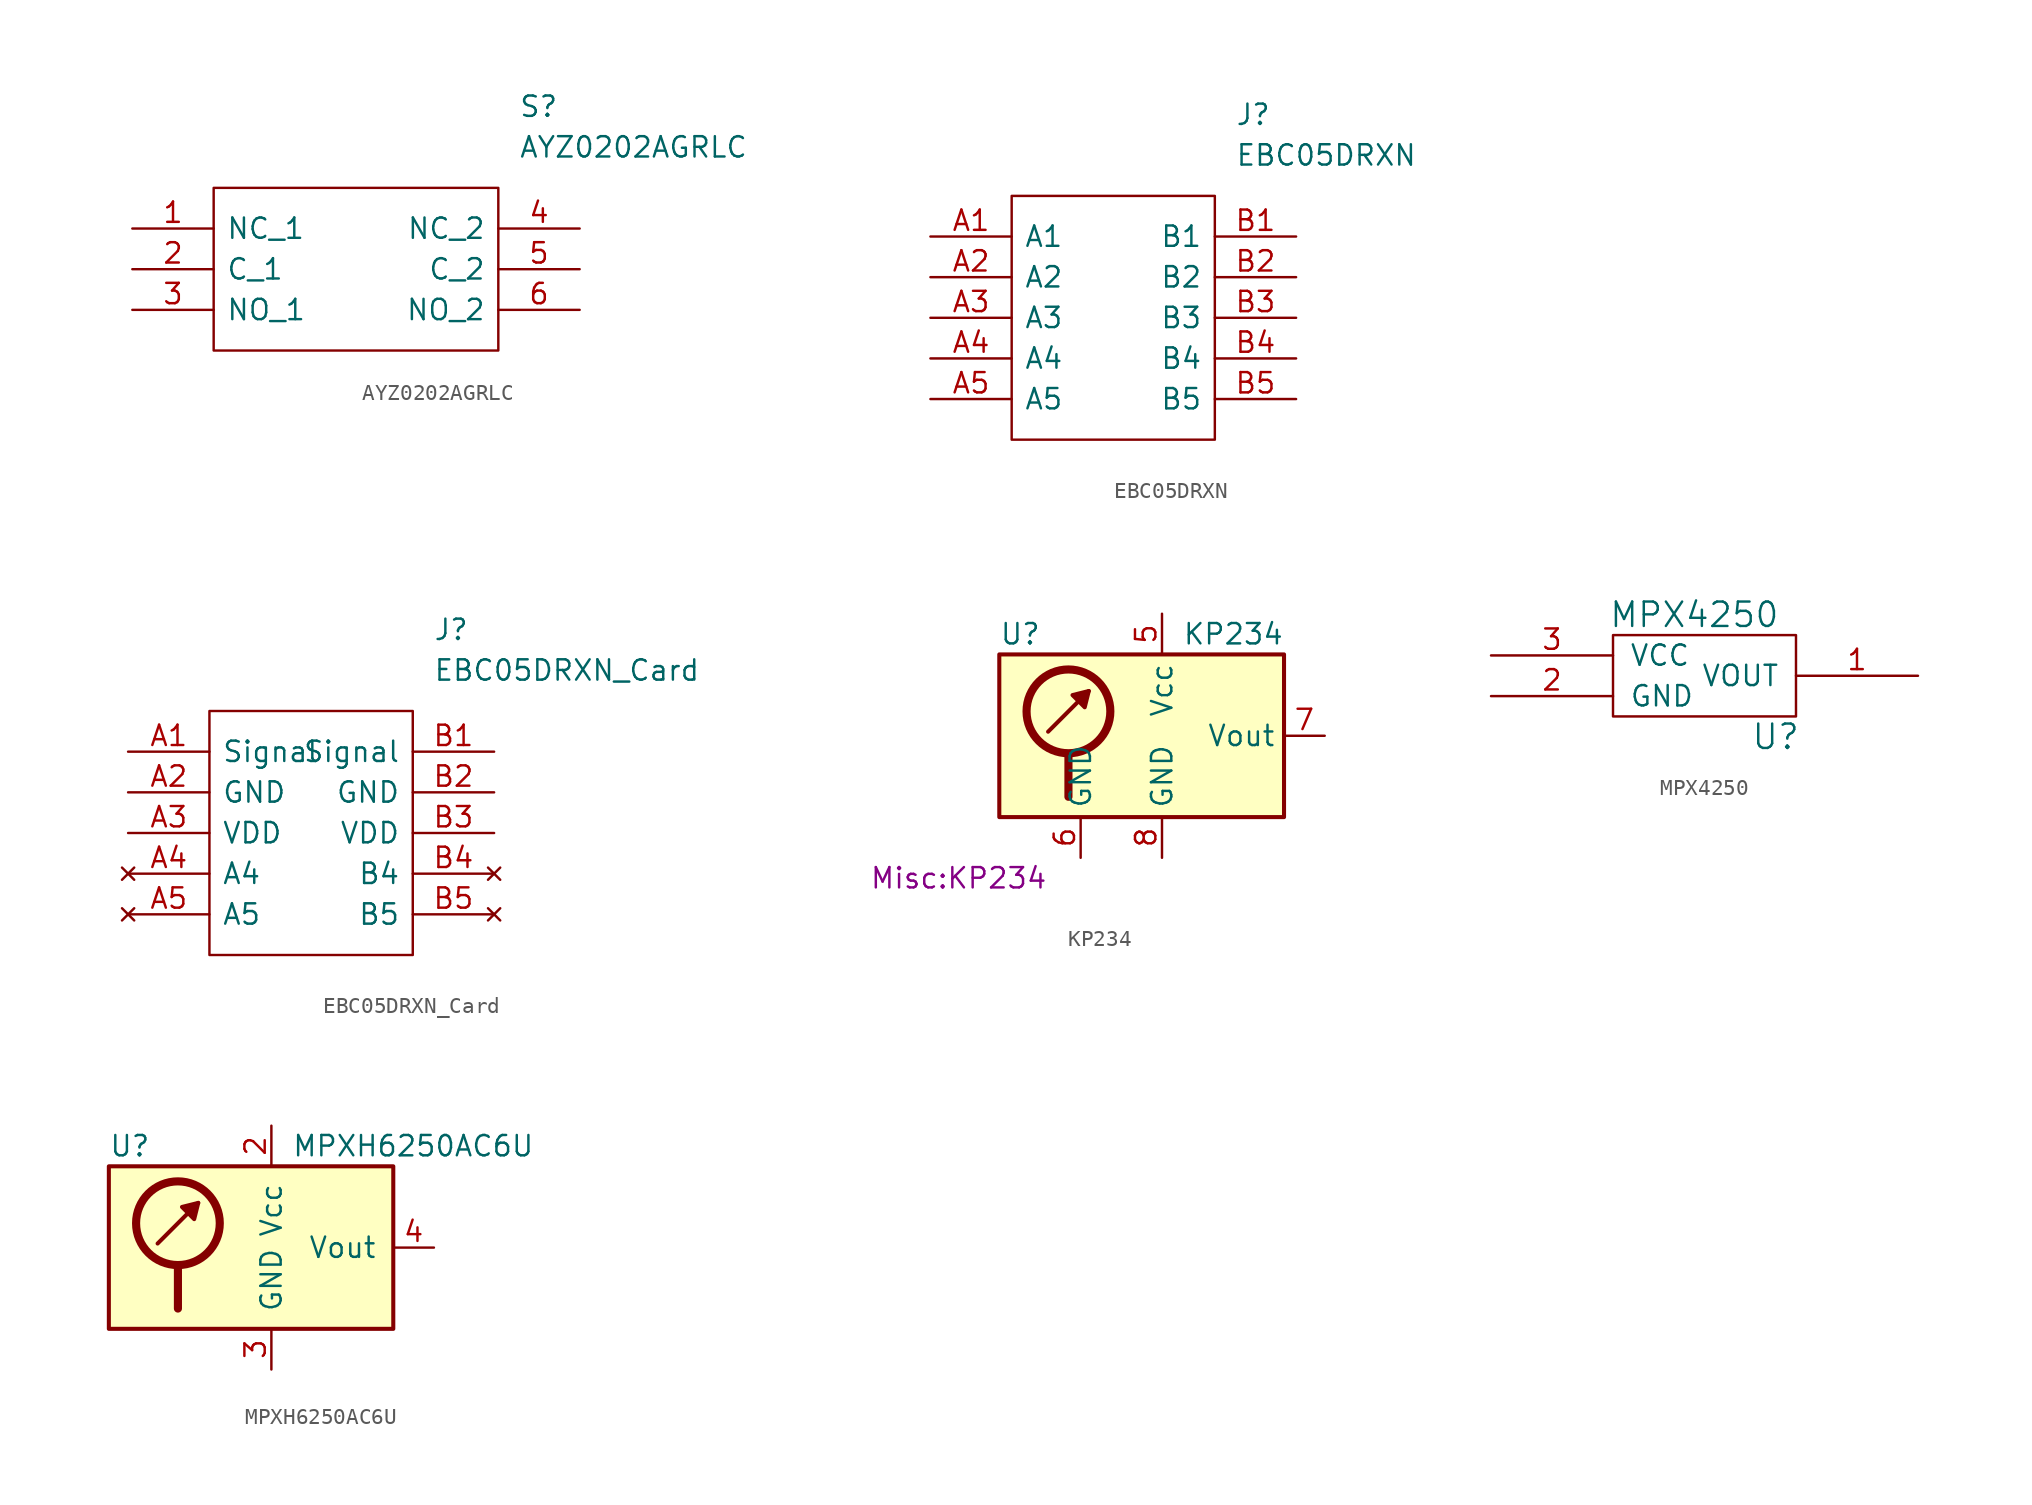
<source format=kicad_sym>
(kicad_symbol_lib
  (version 20220914)
  (generator kicad_symbol_editor)
  (symbol "AYZ0202AGRLC"
    (pin_names
      (offset 0.762))
    (property "Reference" "S"
      (at 24.13 7.62 0)
      (effects (font (size 1.27 1.27)) (justify left)))
    (property "Value" "AYZ0202AGRLC"
      (at 24.13 5.08 0)
      (effects (font (size 1.27 1.27)) (justify left)))
    (symbol "AYZ0202AGRLC_0_0"
      (pin bidirectional line (at 0 0 0) (length 5.08) (name "NC_1" (effects (font (size 1.27 1.27)))) (number "1" (effects (font (size 1.27 1.27)))))
      (pin bidirectional line (at 0 -2.54 0) (length 5.08) (name "C_1" (effects (font (size 1.27 1.27)))) (number "2" (effects (font (size 1.27 1.27)))))
      (pin bidirectional line (at 0 -5.08 0) (length 5.08) (name "NO_1" (effects (font (size 1.27 1.27)))) (number "3" (effects (font (size 1.27 1.27)))))
      (pin bidirectional line (at 27.94 0 180) (length 5.08) (name "NC_2" (effects (font (size 1.27 1.27)))) (number "4" (effects (font (size 1.27 1.27)))))
      (pin bidirectional line (at 27.94 -2.54 180) (length 5.08) (name "C_2" (effects (font (size 1.27 1.27)))) (number "5" (effects (font (size 1.27 1.27)))))
      (pin bidirectional line (at 27.94 -5.08 180) (length 5.08) (name "NO_2" (effects (font (size 1.27 1.27)))) (number "6" (effects (font (size 1.27 1.27))))))
    (symbol "AYZ0202AGRLC_0_1"
      (polyline (pts (xy 5.08 2.54) (xy 22.86 2.54) (xy 22.86 -7.62) (xy 5.08 -7.62) (xy 5.08 2.54)) (stroke (width 0.152) (type solid)) (fill (type none)))))
  (symbol "EBC05DRXN"
    (pin_names
      (offset 0.762))
    (property "Reference" "J"
      (at 19.05 7.62 0)
      (effects (font (size 1.27 1.27)) (justify left)))
    (property "Value" "EBC05DRXN"
      (at 19.05 5.08 0)
      (effects (font (size 1.27 1.27)) (justify left)))
    (symbol "EBC05DRXN_0_0"
      (pin passive line (at 0 0 0) (length 5.08) (name "A1" (effects (font (size 1.27 1.27)))) (number "A1" (effects (font (size 1.27 1.27)))))
      (pin passive line (at 0 -2.54 0) (length 5.08) (name "A2" (effects (font (size 1.27 1.27)))) (number "A2" (effects (font (size 1.27 1.27)))))
      (pin passive line (at 0 -5.08 0) (length 5.08) (name "A3" (effects (font (size 1.27 1.27)))) (number "A3" (effects (font (size 1.27 1.27)))))
      (pin passive line (at 0 -7.62 0) (length 5.08) (name "A4" (effects (font (size 1.27 1.27)))) (number "A4" (effects (font (size 1.27 1.27)))))
      (pin passive line (at 0 -10.16 0) (length 5.08) (name "A5" (effects (font (size 1.27 1.27)))) (number "A5" (effects (font (size 1.27 1.27)))))
      (pin passive line (at 22.86 0 180) (length 5.08) (name "B1" (effects (font (size 1.27 1.27)))) (number "B1" (effects (font (size 1.27 1.27)))))
      (pin passive line (at 22.86 -2.54 180) (length 5.08) (name "B2" (effects (font (size 1.27 1.27)))) (number "B2" (effects (font (size 1.27 1.27)))))
      (pin passive line (at 22.86 -5.08 180) (length 5.08) (name "B3" (effects (font (size 1.27 1.27)))) (number "B3" (effects (font (size 1.27 1.27)))))
      (pin passive line (at 22.86 -7.62 180) (length 5.08) (name "B4" (effects (font (size 1.27 1.27)))) (number "B4" (effects (font (size 1.27 1.27)))))
      (pin passive line (at 22.86 -10.16 180) (length 5.08) (name "B5" (effects (font (size 1.27 1.27)))) (number "B5" (effects (font (size 1.27 1.27))))))
    (symbol "EBC05DRXN_0_1"
      (polyline (pts (xy 5.08 2.54) (xy 17.78 2.54) (xy 17.78 -12.7) (xy 5.08 -12.7) (xy 5.08 2.54)) (stroke (width 0.152) (type solid)) (fill (type none)))))
  (symbol "EBC05DRXN_Card"
    (pin_names
      (offset 0.762))
    (property "Reference" "J"
      (at 19.05 7.62 0)
      (effects (font (size 1.27 1.27)) (justify left)))
    (property "Value" "EBC05DRXN_Card"
      (at 19.05 5.08 0)
      (effects (font (size 1.27 1.27)) (justify left)))
    (symbol "EBC05DRXN_Card_0_0"
      (pin output line (at 0 0 0) (length 5.08) (name "Signal" (effects (font (size 1.27 1.27)))) (number "A1" (effects (font (size 1.27 1.27)))))
      (pin power_in line (at 0 -2.54 0) (length 5.08) (name "GND" (effects (font (size 1.27 1.27)))) (number "A2" (effects (font (size 1.27 1.27)))))
      (pin power_in line (at 0 -5.08 0) (length 5.08) (name "VDD" (effects (font (size 1.27 1.27)))) (number "A3" (effects (font (size 1.27 1.27)))))
      (pin no_connect line (at 0 -7.62 0) (length 5.08) (name "A4" (effects (font (size 1.27 1.27)))) (number "A4" (effects (font (size 1.27 1.27)))))
      (pin no_connect line (at 0 -10.16 0) (length 5.08) (name "A5" (effects (font (size 1.27 1.27)))) (number "A5" (effects (font (size 1.27 1.27)))))
      (pin output line (at 22.86 0 180) (length 5.08) (name "Signal" (effects (font (size 1.27 1.27)))) (number "B1" (effects (font (size 1.27 1.27)))))
      (pin power_in line (at 22.86 -2.54 180) (length 5.08) (name "GND" (effects (font (size 1.27 1.27)))) (number "B2" (effects (font (size 1.27 1.27)))))
      (pin power_in line (at 22.86 -5.08 180) (length 5.08) (name "VDD" (effects (font (size 1.27 1.27)))) (number "B3" (effects (font (size 1.27 1.27)))))
      (pin no_connect line (at 22.86 -7.62 180) (length 5.08) (name "B4" (effects (font (size 1.27 1.27)))) (number "B4" (effects (font (size 1.27 1.27)))))
      (pin no_connect line (at 22.86 -10.16 180) (length 5.08) (name "B5" (effects (font (size 1.27 1.27)))) (number "B5" (effects (font (size 1.27 1.27))))))
    (symbol "EBC05DRXN_Card_0_1"
      (polyline (pts (xy 5.08 2.54) (xy 17.78 2.54) (xy 17.78 -12.7) (xy 5.08 -12.7) (xy 5.08 2.54)) (stroke (width 0.152) (type solid)) (fill (type none)))))
  (symbol "KP234"
    (property "Reference" "U"
      (at -10.16 6.35 0)
      (effects (font (size 1.27 1.27)) (justify left)))
    (property "Value" "KP234"
      (at 1.27 6.35 0)
      (effects (font (size 1.27 1.27)) (justify left)))
    (property "Footprint" "Misc:KP234"
      (at -12.7 -8.89 0)
      (effects (font (size 1.27 1.27))))
    (symbol "KP234_0_1"
      (circle (center -5.842 1.524) (radius 2.616) (stroke (width 0.508) (type solid)) (fill (type none)))
      (polyline (pts (xy -7.112 0.254) (xy -4.572 2.794)) (stroke (width 0.254) (type solid)) (fill (type none)))
      (polyline (pts (xy -5.842 -1.27) (xy -5.842 -3.81)) (stroke (width 0.508) (type solid)) (fill (type none)))
      (polyline (pts (xy -4.572 2.794) (xy -4.826 1.778) (xy -5.588 2.54) (xy -4.572 2.794)) (stroke (width 0.254) (type solid)) (fill (type outline)))
      (rectangle (start 7.62 5.08) (end -10.16 -5.08) (stroke (width 0.254) (type solid)) (fill (type background))))
    (symbol "KP234_1_1"
      (pin no_connect line (at 5.08 -5.08 90) (length 2.54) hide (name "NC" (effects (font (size 1.27 1.27)))) (number "1" (effects (font (size 1.27 1.27)))))
      (pin no_connect line (at -7.62 -5.08 90) (length 2.54) hide (name "NC" (effects (font (size 1.27 1.27)))) (number "2" (effects (font (size 1.27 1.27)))))
      (pin no_connect line (at -2.54 -5.08 90) (length 2.54) hide (name "NC" (effects (font (size 1.27 1.27)))) (number "4" (effects (font (size 1.27 1.27)))))
      (pin power_in line (at 0 7.62 270) (length 2.54) (name "Vcc" (effects (font (size 1.27 1.27)))) (number "5" (effects (font (size 1.27 1.27)))))
      (pin power_in line (at -5.08 -7.62 90) (length 2.54) (name "GND" (effects (font (size 1.27 1.27)))) (number "6" (effects (font (size 1.27 1.27)))))
      (pin output line (at 10.16 0 180) (length 2.54) (name "Vout" (effects (font (size 1.27 1.27)))) (number "7" (effects (font (size 1.27 1.27)))))
      (pin power_in line (at 0 -7.62 90) (length 2.54) (name "GND" (effects (font (size 1.27 1.27)))) (number "8" (effects (font (size 1.27 1.27)))))
      (pin no_connect line (at 2.54 -5.08 90) (length 2.54) hide (name "NC" (effects (font (size 1.27 1.27)))) (number "8" (effects (font (size 1.27 1.27)))))))
  (symbol "MPX4250"
    (pin_names
      (offset 1.016))
    (property "Reference" "U"
      (at 3.81 -3.81 0)
      (effects (font (size 1.524 1.524))))
    (property "Value" "MPX4250"
      (at -1.27 3.81 0)
      (effects (font (size 1.524 1.524))))
    (property "Footprint" ""
      (at -1.27 0 0)
      (effects (font (size 1.524 1.524))))
    (property "Datasheet" ""
      (at -1.27 0 0)
      (effects (font (size 1.524 1.524))))
    (symbol "MPX4250_0_1"
      (rectangle (start -6.35 2.54) (end 5.08 -2.54) (stroke (width 0) (type solid)) (fill (type none))))
    (symbol "MPX4250_1_1"
      (pin output line (at 12.7 0 180) (length 7.62) (name "VOUT" (effects (font (size 1.27 1.27)))) (number "1" (effects (font (size 1.27 1.27)))))
      (pin power_in line (at -13.97 -1.27 0) (length 7.62) (name "GND" (effects (font (size 1.27 1.27)))) (number "2" (effects (font (size 1.27 1.27)))))
      (pin power_in line (at -13.97 1.27 0) (length 7.62) (name "VCC" (effects (font (size 1.27 1.27)))) (number "3" (effects (font (size 1.27 1.27)))))))
  (symbol "MPXH6250AC6U"
    (pin_names
      (offset 1.016))
    (property "Reference" "U"
      (at -10.16 6.35 0)
      (effects (font (size 1.27 1.27)) (justify left)))
    (property "Value" "MPXH6250AC6U"
      (at 1.27 6.35 0)
      (effects (font (size 1.27 1.27)) (justify left)))
    (symbol "MPXH6250AC6U_0_1"
      (circle (center -5.842 1.524) (radius 2.616) (stroke (width 0.508) (type solid)) (fill (type none)))
      (polyline (pts (xy -7.112 0.254) (xy -4.572 2.794)) (stroke (width 0.254) (type solid)) (fill (type none)))
      (polyline (pts (xy -5.842 -1.27) (xy -5.842 -3.81)) (stroke (width 0.508) (type solid)) (fill (type none)))
      (polyline (pts (xy -4.572 2.794) (xy -4.826 1.778) (xy -5.588 2.54) (xy -4.572 2.794)) (stroke (width 0.254) (type solid)) (fill (type outline)))
      (rectangle (start 7.62 5.08) (end -10.16 -5.08) (stroke (width 0.254) (type solid)) (fill (type background))))
    (symbol "MPXH6250AC6U_1_1"
      (pin no_connect line (at 5.08 -7.62 90) (length 2.54) hide (name "NC" (effects (font (size 1.27 1.27)))) (number "1" (effects (font (size 1.27 1.27)))))
      (pin power_in line (at 0 7.62 270) (length 2.54) (name "Vcc" (effects (font (size 1.27 1.27)))) (number "2" (effects (font (size 1.27 1.27)))))
      (pin power_in line (at 0 -7.62 90) (length 2.54) (name "GND" (effects (font (size 1.27 1.27)))) (number "3" (effects (font (size 1.27 1.27)))))
      (pin output line (at 10.16 0 180) (length 2.54) (name "Vout" (effects (font (size 1.27 1.27)))) (number "4" (effects (font (size 1.27 1.27)))))
      (pin no_connect line (at -7.62 -7.62 90) (length 2.54) hide (name "NC" (effects (font (size 1.27 1.27)))) (number "5" (effects (font (size 1.27 1.27)))))
      (pin no_connect line (at -5.08 -7.62 90) (length 2.54) hide (name "NC" (effects (font (size 1.27 1.27)))) (number "6" (effects (font (size 1.27 1.27)))))
      (pin no_connect line (at -2.54 -7.62 90) (length 2.54) hide (name "NC" (effects (font (size 1.27 1.27)))) (number "7" (effects (font (size 1.27 1.27)))))
      (pin no_connect line (at 2.54 -7.62 90) (length 2.54) hide (name "NC" (effects (font (size 1.27 1.27)))) (number "8" (effects (font (size 1.27 1.27))))))))
</source>
